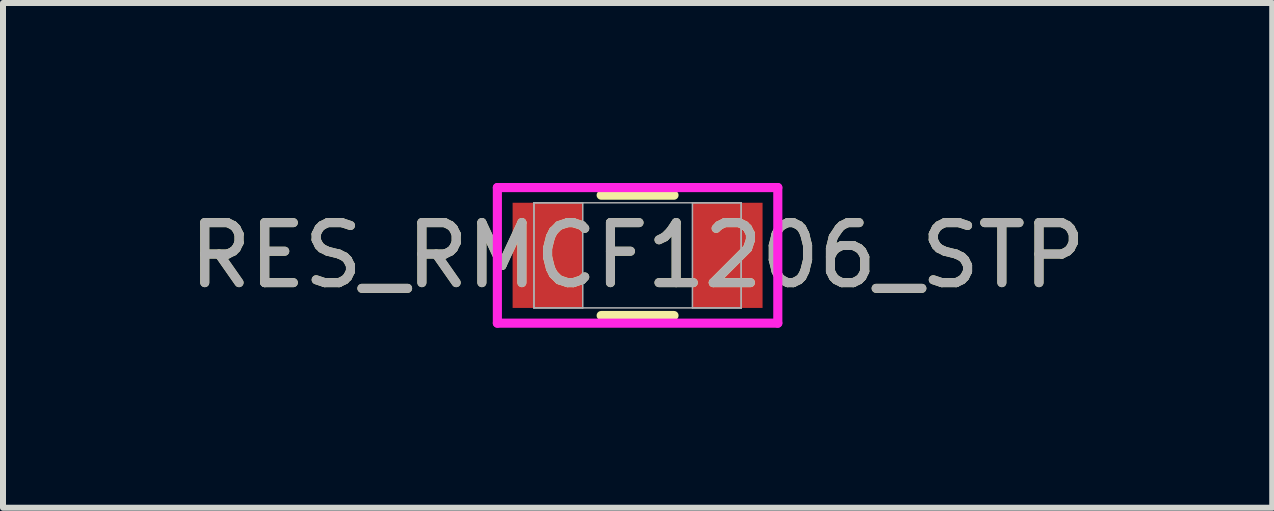
<source format=kicad_pcb>
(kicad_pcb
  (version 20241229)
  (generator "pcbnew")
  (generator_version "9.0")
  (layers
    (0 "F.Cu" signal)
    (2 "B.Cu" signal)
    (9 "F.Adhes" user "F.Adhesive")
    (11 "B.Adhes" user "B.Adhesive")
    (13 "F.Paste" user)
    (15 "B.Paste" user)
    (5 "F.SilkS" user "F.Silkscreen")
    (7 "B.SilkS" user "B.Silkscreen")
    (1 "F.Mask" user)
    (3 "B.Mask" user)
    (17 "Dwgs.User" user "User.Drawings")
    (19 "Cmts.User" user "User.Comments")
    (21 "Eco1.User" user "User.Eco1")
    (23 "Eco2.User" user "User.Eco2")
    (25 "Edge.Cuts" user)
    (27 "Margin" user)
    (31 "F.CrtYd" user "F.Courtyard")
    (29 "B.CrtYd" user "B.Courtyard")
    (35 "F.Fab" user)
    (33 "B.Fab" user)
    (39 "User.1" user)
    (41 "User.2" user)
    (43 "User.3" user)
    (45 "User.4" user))
  (footprint "RES_RMCF1206_STP"
    (layer "F.Cu")
    (at 7.577 1.206)
    (property "Reference" "RES_RMCF1206_STP" (at 0 0 0) (unlocked yes) (layer "F.SilkS") (effects (font (size 1 1) (thickness 0.15))))
    (attr smd)
    (fp_line (start -0.607 1.003) (end 0.607 1.003) (stroke (width 0.152) (type solid)) (layer "F.SilkS"))
    (fp_line (start 0.607 -1.003) (end -0.607 -1.003) (stroke (width 0.152) (type solid)) (layer "F.SilkS"))
    (fp_line (start -2.337 -1.13) (end 2.337 -1.13) (stroke (width 0.152) (type solid)) (layer "F.CrtYd"))
    (fp_line (start -2.337 1.13) (end -2.337 -1.13) (stroke (width 0.152) (type solid)) (layer "F.CrtYd"))
    (fp_line (start 2.337 -1.13) (end 2.337 1.13) (stroke (width 0.152) (type solid)) (layer "F.CrtYd"))
    (fp_line (start 2.337 1.13) (end -2.337 1.13) (stroke (width 0.152) (type solid)) (layer "F.CrtYd"))
    (fp_line (start -1.727 -0.876) (end -1.727 0.876) (stroke (width 0.025) (type solid)) (layer "F.Fab"))
    (fp_line (start -1.727 -0.876) (end -1.727 0.876) (stroke (width 0.025) (type solid)) (layer "F.Fab"))
    (fp_line (start -1.727 0.876) (end -0.914 0.876) (stroke (width 0.025) (type solid)) (layer "F.Fab"))
    (fp_line (start -1.727 0.876) (end 1.727 0.876) (stroke (width 0.025) (type solid)) (layer "F.Fab"))
    (fp_line (start -0.914 -0.876) (end -1.727 -0.876) (stroke (width 0.025) (type solid)) (layer "F.Fab"))
    (fp_line (start -0.914 0.876) (end -0.914 -0.876) (stroke (width 0.025) (type solid)) (layer "F.Fab"))
    (fp_line (start 0.914 -0.876) (end 0.914 0.876) (stroke (width 0.025) (type solid)) (layer "F.Fab"))
    (fp_line (start 0.914 0.876) (end 1.727 0.876) (stroke (width 0.025) (type solid)) (layer "F.Fab"))
    (fp_line (start 1.727 -0.876) (end -1.727 -0.876) (stroke (width 0.025) (type solid)) (layer "F.Fab"))
    (fp_line (start 1.727 -0.876) (end 0.914 -0.876) (stroke (width 0.025) (type solid)) (layer "F.Fab"))
    (fp_line (start 1.727 0.876) (end 1.727 -0.876) (stroke (width 0.025) (type solid)) (layer "F.Fab"))
    (fp_line (start 1.727 0.876) (end 1.727 -0.876) (stroke (width 0.025) (type solid)) (layer "F.Fab"))
    (fp_text user "${REFERENCE}" (at 0 0 0) (unlocked yes) (layer "F.Fab") (effects (font (size 1 1) (thickness 0.15))))
    (pad "1" smd rect (at -1.499 0) (size 1.168 1.753) (layers "F.Cu" "F.Mask" "F.Paste"))
    (pad "2" smd rect (at 1.499 0) (size 1.168 1.753) (layers "F.Cu" "F.Mask" "F.Paste"))
    (zone (net_name "") (layer "F.Cu") (hatch full 0.508) (connect_pads) (min_thickness 0.254) (filled_areas_thickness no) (keepout (tracks not_allowed) (vias not_allowed) (pads allowed) (copperpour not_allowed) (footprints allowed)) (placement (enabled no)) (fill) (polygon (pts (xy 6.714 0.381) (xy 8.441 0.381) (xy 8.441 2.032) (xy 6.714 2.032)))))
  (gr_rect
    (start -3 -3)
    (end 18.155 5.413)
    (stroke (width 0.1) (type default))
    (fill no)
    (layer "Edge.Cuts")))
</source>
